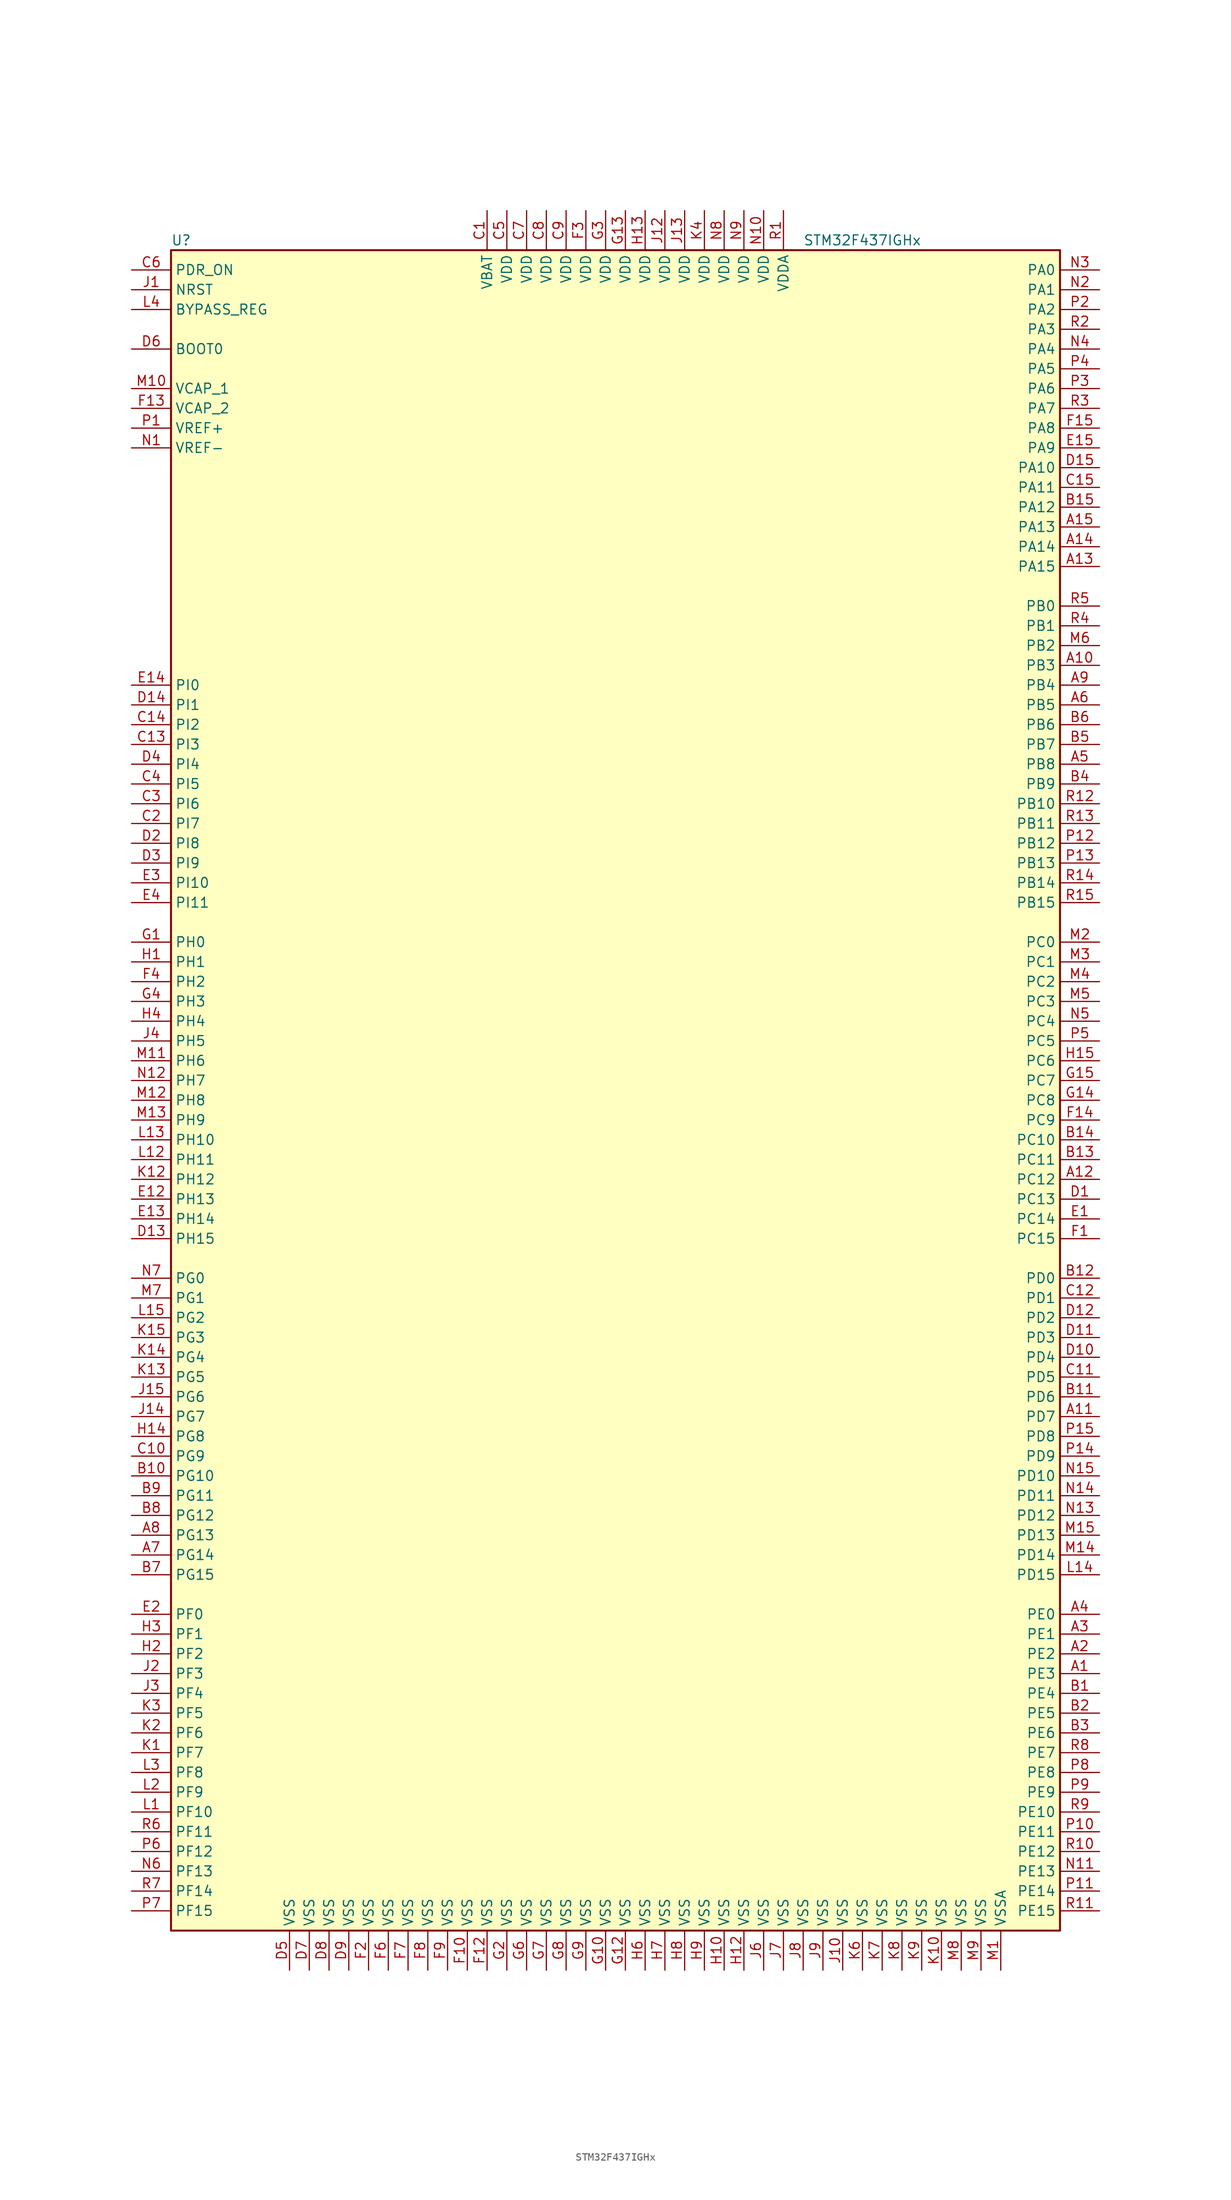
<source format=kicad_sym>
(kicad_symbol_lib
  (version 20220914)
  (generator kicad_symbol_editor)
  (symbol "STM32F437IGHx"
    (property "Reference" "U"
      (at -58.42 107.95 0)
      (effects (font (size 1.27 1.27)) (justify left)))
    (property "Value" "STM32F437IGHx"
      (at 22.86 107.95 0)
      (effects (font (size 1.27 1.27)) (justify left)))
    (symbol "STM32F437IGHx_0_1"
      (rectangle (start -58.42 -109.22) (end 55.88 106.68) (stroke (width 0.254) (type default)) (fill (type background))))
    (symbol "STM32F437IGHx_1_1"
      (pin bidirectional line (at 60.96 -76.2 180) (length 5.08) (name "PE3" (effects (font (size 1.27 1.27)))) (number "A1" (effects (font (size 1.27 1.27)))))
      (pin bidirectional line (at 60.96 53.34 180) (length 5.08) (name "PB3" (effects (font (size 1.27 1.27)))) (number "A10" (effects (font (size 1.27 1.27)))))
      (pin bidirectional line (at 60.96 -43.18 180) (length 5.08) (name "PD7" (effects (font (size 1.27 1.27)))) (number "A11" (effects (font (size 1.27 1.27)))))
      (pin bidirectional line (at 60.96 -12.7 180) (length 5.08) (name "PC12" (effects (font (size 1.27 1.27)))) (number "A12" (effects (font (size 1.27 1.27)))))
      (pin bidirectional line (at 60.96 66.04 180) (length 5.08) (name "PA15" (effects (font (size 1.27 1.27)))) (number "A13" (effects (font (size 1.27 1.27)))))
      (pin bidirectional line (at 60.96 68.58 180) (length 5.08) (name "PA14" (effects (font (size 1.27 1.27)))) (number "A14" (effects (font (size 1.27 1.27)))))
      (pin bidirectional line (at 60.96 71.12 180) (length 5.08) (name "PA13" (effects (font (size 1.27 1.27)))) (number "A15" (effects (font (size 1.27 1.27)))))
      (pin bidirectional line (at 60.96 -73.66 180) (length 5.08) (name "PE2" (effects (font (size 1.27 1.27)))) (number "A2" (effects (font (size 1.27 1.27)))))
      (pin bidirectional line (at 60.96 -71.12 180) (length 5.08) (name "PE1" (effects (font (size 1.27 1.27)))) (number "A3" (effects (font (size 1.27 1.27)))))
      (pin bidirectional line (at 60.96 -68.58 180) (length 5.08) (name "PE0" (effects (font (size 1.27 1.27)))) (number "A4" (effects (font (size 1.27 1.27)))))
      (pin bidirectional line (at 60.96 40.64 180) (length 5.08) (name "PB8" (effects (font (size 1.27 1.27)))) (number "A5" (effects (font (size 1.27 1.27)))))
      (pin bidirectional line (at 60.96 48.26 180) (length 5.08) (name "PB5" (effects (font (size 1.27 1.27)))) (number "A6" (effects (font (size 1.27 1.27)))))
      (pin bidirectional line (at -63.5 -60.96 0) (length 5.08) (name "PG14" (effects (font (size 1.27 1.27)))) (number "A7" (effects (font (size 1.27 1.27)))))
      (pin bidirectional line (at -63.5 -58.42 0) (length 5.08) (name "PG13" (effects (font (size 1.27 1.27)))) (number "A8" (effects (font (size 1.27 1.27)))))
      (pin bidirectional line (at 60.96 50.8 180) (length 5.08) (name "PB4" (effects (font (size 1.27 1.27)))) (number "A9" (effects (font (size 1.27 1.27)))))
      (pin bidirectional line (at 60.96 -78.74 180) (length 5.08) (name "PE4" (effects (font (size 1.27 1.27)))) (number "B1" (effects (font (size 1.27 1.27)))))
      (pin bidirectional line (at -63.5 -50.8 0) (length 5.08) (name "PG10" (effects (font (size 1.27 1.27)))) (number "B10" (effects (font (size 1.27 1.27)))))
      (pin bidirectional line (at 60.96 -40.64 180) (length 5.08) (name "PD6" (effects (font (size 1.27 1.27)))) (number "B11" (effects (font (size 1.27 1.27)))))
      (pin bidirectional line (at 60.96 -25.4 180) (length 5.08) (name "PD0" (effects (font (size 1.27 1.27)))) (number "B12" (effects (font (size 1.27 1.27)))))
      (pin bidirectional line (at 60.96 -10.16 180) (length 5.08) (name "PC11" (effects (font (size 1.27 1.27)))) (number "B13" (effects (font (size 1.27 1.27)))))
      (pin bidirectional line (at 60.96 -7.62 180) (length 5.08) (name "PC10" (effects (font (size 1.27 1.27)))) (number "B14" (effects (font (size 1.27 1.27)))))
      (pin bidirectional line (at 60.96 73.66 180) (length 5.08) (name "PA12" (effects (font (size 1.27 1.27)))) (number "B15" (effects (font (size 1.27 1.27)))))
      (pin bidirectional line (at 60.96 -81.28 180) (length 5.08) (name "PE5" (effects (font (size 1.27 1.27)))) (number "B2" (effects (font (size 1.27 1.27)))))
      (pin bidirectional line (at 60.96 -83.82 180) (length 5.08) (name "PE6" (effects (font (size 1.27 1.27)))) (number "B3" (effects (font (size 1.27 1.27)))))
      (pin bidirectional line (at 60.96 38.1 180) (length 5.08) (name "PB9" (effects (font (size 1.27 1.27)))) (number "B4" (effects (font (size 1.27 1.27)))))
      (pin bidirectional line (at 60.96 43.18 180) (length 5.08) (name "PB7" (effects (font (size 1.27 1.27)))) (number "B5" (effects (font (size 1.27 1.27)))))
      (pin bidirectional line (at 60.96 45.72 180) (length 5.08) (name "PB6" (effects (font (size 1.27 1.27)))) (number "B6" (effects (font (size 1.27 1.27)))))
      (pin bidirectional line (at -63.5 -63.5 0) (length 5.08) (name "PG15" (effects (font (size 1.27 1.27)))) (number "B7" (effects (font (size 1.27 1.27)))))
      (pin bidirectional line (at -63.5 -55.88 0) (length 5.08) (name "PG12" (effects (font (size 1.27 1.27)))) (number "B8" (effects (font (size 1.27 1.27)))))
      (pin bidirectional line (at -63.5 -53.34 0) (length 5.08) (name "PG11" (effects (font (size 1.27 1.27)))) (number "B9" (effects (font (size 1.27 1.27)))))
      (pin power_in line (at -17.78 111.76 270) (length 5.08) (name "VBAT" (effects (font (size 1.27 1.27)))) (number "C1" (effects (font (size 1.27 1.27)))))
      (pin bidirectional line (at -63.5 -48.26 0) (length 5.08) (name "PG9" (effects (font (size 1.27 1.27)))) (number "C10" (effects (font (size 1.27 1.27)))))
      (pin bidirectional line (at 60.96 -38.1 180) (length 5.08) (name "PD5" (effects (font (size 1.27 1.27)))) (number "C11" (effects (font (size 1.27 1.27)))))
      (pin bidirectional line (at 60.96 -27.94 180) (length 5.08) (name "PD1" (effects (font (size 1.27 1.27)))) (number "C12" (effects (font (size 1.27 1.27)))))
      (pin bidirectional line (at -63.5 43.18 0) (length 5.08) (name "PI3" (effects (font (size 1.27 1.27)))) (number "C13" (effects (font (size 1.27 1.27)))))
      (pin bidirectional line (at -63.5 45.72 0) (length 5.08) (name "PI2" (effects (font (size 1.27 1.27)))) (number "C14" (effects (font (size 1.27 1.27)))))
      (pin bidirectional line (at 60.96 76.2 180) (length 5.08) (name "PA11" (effects (font (size 1.27 1.27)))) (number "C15" (effects (font (size 1.27 1.27)))))
      (pin bidirectional line (at -63.5 33.02 0) (length 5.08) (name "PI7" (effects (font (size 1.27 1.27)))) (number "C2" (effects (font (size 1.27 1.27)))))
      (pin bidirectional line (at -63.5 35.56 0) (length 5.08) (name "PI6" (effects (font (size 1.27 1.27)))) (number "C3" (effects (font (size 1.27 1.27)))))
      (pin bidirectional line (at -63.5 38.1 0) (length 5.08) (name "PI5" (effects (font (size 1.27 1.27)))) (number "C4" (effects (font (size 1.27 1.27)))))
      (pin power_in line (at -15.24 111.76 270) (length 5.08) (name "VDD" (effects (font (size 1.27 1.27)))) (number "C5" (effects (font (size 1.27 1.27)))))
      (pin input line (at -63.5 104.14 0) (length 5.08) (name "PDR_ON" (effects (font (size 1.27 1.27)))) (number "C6" (effects (font (size 1.27 1.27)))))
      (pin power_in line (at -12.7 111.76 270) (length 5.08) (name "VDD" (effects (font (size 1.27 1.27)))) (number "C7" (effects (font (size 1.27 1.27)))))
      (pin power_in line (at -10.16 111.76 270) (length 5.08) (name "VDD" (effects (font (size 1.27 1.27)))) (number "C8" (effects (font (size 1.27 1.27)))))
      (pin power_in line (at -7.62 111.76 270) (length 5.08) (name "VDD" (effects (font (size 1.27 1.27)))) (number "C9" (effects (font (size 1.27 1.27)))))
      (pin bidirectional line (at 60.96 -15.24 180) (length 5.08) (name "PC13" (effects (font (size 1.27 1.27)))) (number "D1" (effects (font (size 1.27 1.27)))))
      (pin bidirectional line (at 60.96 -35.56 180) (length 5.08) (name "PD4" (effects (font (size 1.27 1.27)))) (number "D10" (effects (font (size 1.27 1.27)))))
      (pin bidirectional line (at 60.96 -33.02 180) (length 5.08) (name "PD3" (effects (font (size 1.27 1.27)))) (number "D11" (effects (font (size 1.27 1.27)))))
      (pin bidirectional line (at 60.96 -30.48 180) (length 5.08) (name "PD2" (effects (font (size 1.27 1.27)))) (number "D12" (effects (font (size 1.27 1.27)))))
      (pin bidirectional line (at -63.5 -20.32 0) (length 5.08) (name "PH15" (effects (font (size 1.27 1.27)))) (number "D13" (effects (font (size 1.27 1.27)))))
      (pin bidirectional line (at -63.5 48.26 0) (length 5.08) (name "PI1" (effects (font (size 1.27 1.27)))) (number "D14" (effects (font (size 1.27 1.27)))))
      (pin bidirectional line (at 60.96 78.74 180) (length 5.08) (name "PA10" (effects (font (size 1.27 1.27)))) (number "D15" (effects (font (size 1.27 1.27)))))
      (pin bidirectional line (at -63.5 30.48 0) (length 5.08) (name "PI8" (effects (font (size 1.27 1.27)))) (number "D2" (effects (font (size 1.27 1.27)))))
      (pin bidirectional line (at -63.5 27.94 0) (length 5.08) (name "PI9" (effects (font (size 1.27 1.27)))) (number "D3" (effects (font (size 1.27 1.27)))))
      (pin bidirectional line (at -63.5 40.64 0) (length 5.08) (name "PI4" (effects (font (size 1.27 1.27)))) (number "D4" (effects (font (size 1.27 1.27)))))
      (pin power_in line (at -43.18 -114.3 90) (length 5.08) (name "VSS" (effects (font (size 1.27 1.27)))) (number "D5" (effects (font (size 1.27 1.27)))))
      (pin input line (at -63.5 93.98 0) (length 5.08) (name "BOOT0" (effects (font (size 1.27 1.27)))) (number "D6" (effects (font (size 1.27 1.27)))))
      (pin power_in line (at -40.64 -114.3 90) (length 5.08) (name "VSS" (effects (font (size 1.27 1.27)))) (number "D7" (effects (font (size 1.27 1.27)))))
      (pin power_in line (at -38.1 -114.3 90) (length 5.08) (name "VSS" (effects (font (size 1.27 1.27)))) (number "D8" (effects (font (size 1.27 1.27)))))
      (pin power_in line (at -35.56 -114.3 90) (length 5.08) (name "VSS" (effects (font (size 1.27 1.27)))) (number "D9" (effects (font (size 1.27 1.27)))))
      (pin bidirectional line (at 60.96 -17.78 180) (length 5.08) (name "PC14" (effects (font (size 1.27 1.27)))) (number "E1" (effects (font (size 1.27 1.27)))))
      (pin bidirectional line (at -63.5 -15.24 0) (length 5.08) (name "PH13" (effects (font (size 1.27 1.27)))) (number "E12" (effects (font (size 1.27 1.27)))))
      (pin bidirectional line (at -63.5 -17.78 0) (length 5.08) (name "PH14" (effects (font (size 1.27 1.27)))) (number "E13" (effects (font (size 1.27 1.27)))))
      (pin bidirectional line (at -63.5 50.8 0) (length 5.08) (name "PI0" (effects (font (size 1.27 1.27)))) (number "E14" (effects (font (size 1.27 1.27)))))
      (pin bidirectional line (at 60.96 81.28 180) (length 5.08) (name "PA9" (effects (font (size 1.27 1.27)))) (number "E15" (effects (font (size 1.27 1.27)))))
      (pin bidirectional line (at -63.5 -68.58 0) (length 5.08) (name "PF0" (effects (font (size 1.27 1.27)))) (number "E2" (effects (font (size 1.27 1.27)))))
      (pin bidirectional line (at -63.5 25.4 0) (length 5.08) (name "PI10" (effects (font (size 1.27 1.27)))) (number "E3" (effects (font (size 1.27 1.27)))))
      (pin bidirectional line (at -63.5 22.86 0) (length 5.08) (name "PI11" (effects (font (size 1.27 1.27)))) (number "E4" (effects (font (size 1.27 1.27)))))
      (pin bidirectional line (at 60.96 -20.32 180) (length 5.08) (name "PC15" (effects (font (size 1.27 1.27)))) (number "F1" (effects (font (size 1.27 1.27)))))
      (pin power_in line (at -20.32 -114.3 90) (length 5.08) (name "VSS" (effects (font (size 1.27 1.27)))) (number "F10" (effects (font (size 1.27 1.27)))))
      (pin power_in line (at -17.78 -114.3 90) (length 5.08) (name "VSS" (effects (font (size 1.27 1.27)))) (number "F12" (effects (font (size 1.27 1.27)))))
      (pin power_in line (at -63.5 86.36 0) (length 5.08) (name "VCAP_2" (effects (font (size 1.27 1.27)))) (number "F13" (effects (font (size 1.27 1.27)))))
      (pin bidirectional line (at 60.96 -5.08 180) (length 5.08) (name "PC9" (effects (font (size 1.27 1.27)))) (number "F14" (effects (font (size 1.27 1.27)))))
      (pin bidirectional line (at 60.96 83.82 180) (length 5.08) (name "PA8" (effects (font (size 1.27 1.27)))) (number "F15" (effects (font (size 1.27 1.27)))))
      (pin power_in line (at -33.02 -114.3 90) (length 5.08) (name "VSS" (effects (font (size 1.27 1.27)))) (number "F2" (effects (font (size 1.27 1.27)))))
      (pin power_in line (at -5.08 111.76 270) (length 5.08) (name "VDD" (effects (font (size 1.27 1.27)))) (number "F3" (effects (font (size 1.27 1.27)))))
      (pin bidirectional line (at -63.5 12.7 0) (length 5.08) (name "PH2" (effects (font (size 1.27 1.27)))) (number "F4" (effects (font (size 1.27 1.27)))))
      (pin power_in line (at -30.48 -114.3 90) (length 5.08) (name "VSS" (effects (font (size 1.27 1.27)))) (number "F6" (effects (font (size 1.27 1.27)))))
      (pin power_in line (at -27.94 -114.3 90) (length 5.08) (name "VSS" (effects (font (size 1.27 1.27)))) (number "F7" (effects (font (size 1.27 1.27)))))
      (pin power_in line (at -25.4 -114.3 90) (length 5.08) (name "VSS" (effects (font (size 1.27 1.27)))) (number "F8" (effects (font (size 1.27 1.27)))))
      (pin power_in line (at -22.86 -114.3 90) (length 5.08) (name "VSS" (effects (font (size 1.27 1.27)))) (number "F9" (effects (font (size 1.27 1.27)))))
      (pin input line (at -63.5 17.78 0) (length 5.08) (name "PH0" (effects (font (size 1.27 1.27)))) (number "G1" (effects (font (size 1.27 1.27)))))
      (pin power_in line (at -2.54 -114.3 90) (length 5.08) (name "VSS" (effects (font (size 1.27 1.27)))) (number "G10" (effects (font (size 1.27 1.27)))))
      (pin power_in line (at 0 -114.3 90) (length 5.08) (name "VSS" (effects (font (size 1.27 1.27)))) (number "G12" (effects (font (size 1.27 1.27)))))
      (pin power_in line (at 0 111.76 270) (length 5.08) (name "VDD" (effects (font (size 1.27 1.27)))) (number "G13" (effects (font (size 1.27 1.27)))))
      (pin bidirectional line (at 60.96 -2.54 180) (length 5.08) (name "PC8" (effects (font (size 1.27 1.27)))) (number "G14" (effects (font (size 1.27 1.27)))))
      (pin bidirectional line (at 60.96 0 180) (length 5.08) (name "PC7" (effects (font (size 1.27 1.27)))) (number "G15" (effects (font (size 1.27 1.27)))))
      (pin power_in line (at -15.24 -114.3 90) (length 5.08) (name "VSS" (effects (font (size 1.27 1.27)))) (number "G2" (effects (font (size 1.27 1.27)))))
      (pin power_in line (at -2.54 111.76 270) (length 5.08) (name "VDD" (effects (font (size 1.27 1.27)))) (number "G3" (effects (font (size 1.27 1.27)))))
      (pin bidirectional line (at -63.5 10.16 0) (length 5.08) (name "PH3" (effects (font (size 1.27 1.27)))) (number "G4" (effects (font (size 1.27 1.27)))))
      (pin power_in line (at -12.7 -114.3 90) (length 5.08) (name "VSS" (effects (font (size 1.27 1.27)))) (number "G6" (effects (font (size 1.27 1.27)))))
      (pin power_in line (at -10.16 -114.3 90) (length 5.08) (name "VSS" (effects (font (size 1.27 1.27)))) (number "G7" (effects (font (size 1.27 1.27)))))
      (pin power_in line (at -7.62 -114.3 90) (length 5.08) (name "VSS" (effects (font (size 1.27 1.27)))) (number "G8" (effects (font (size 1.27 1.27)))))
      (pin power_in line (at -5.08 -114.3 90) (length 5.08) (name "VSS" (effects (font (size 1.27 1.27)))) (number "G9" (effects (font (size 1.27 1.27)))))
      (pin input line (at -63.5 15.24 0) (length 5.08) (name "PH1" (effects (font (size 1.27 1.27)))) (number "H1" (effects (font (size 1.27 1.27)))))
      (pin power_in line (at 12.7 -114.3 90) (length 5.08) (name "VSS" (effects (font (size 1.27 1.27)))) (number "H10" (effects (font (size 1.27 1.27)))))
      (pin power_in line (at 15.24 -114.3 90) (length 5.08) (name "VSS" (effects (font (size 1.27 1.27)))) (number "H12" (effects (font (size 1.27 1.27)))))
      (pin power_in line (at 2.54 111.76 270) (length 5.08) (name "VDD" (effects (font (size 1.27 1.27)))) (number "H13" (effects (font (size 1.27 1.27)))))
      (pin bidirectional line (at -63.5 -45.72 0) (length 5.08) (name "PG8" (effects (font (size 1.27 1.27)))) (number "H14" (effects (font (size 1.27 1.27)))))
      (pin bidirectional line (at 60.96 2.54 180) (length 5.08) (name "PC6" (effects (font (size 1.27 1.27)))) (number "H15" (effects (font (size 1.27 1.27)))))
      (pin bidirectional line (at -63.5 -73.66 0) (length 5.08) (name "PF2" (effects (font (size 1.27 1.27)))) (number "H2" (effects (font (size 1.27 1.27)))))
      (pin bidirectional line (at -63.5 -71.12 0) (length 5.08) (name "PF1" (effects (font (size 1.27 1.27)))) (number "H3" (effects (font (size 1.27 1.27)))))
      (pin bidirectional line (at -63.5 7.62 0) (length 5.08) (name "PH4" (effects (font (size 1.27 1.27)))) (number "H4" (effects (font (size 1.27 1.27)))))
      (pin power_in line (at 2.54 -114.3 90) (length 5.08) (name "VSS" (effects (font (size 1.27 1.27)))) (number "H6" (effects (font (size 1.27 1.27)))))
      (pin power_in line (at 5.08 -114.3 90) (length 5.08) (name "VSS" (effects (font (size 1.27 1.27)))) (number "H7" (effects (font (size 1.27 1.27)))))
      (pin power_in line (at 7.62 -114.3 90) (length 5.08) (name "VSS" (effects (font (size 1.27 1.27)))) (number "H8" (effects (font (size 1.27 1.27)))))
      (pin power_in line (at 10.16 -114.3 90) (length 5.08) (name "VSS" (effects (font (size 1.27 1.27)))) (number "H9" (effects (font (size 1.27 1.27)))))
      (pin input line (at -63.5 101.6 0) (length 5.08) (name "NRST" (effects (font (size 1.27 1.27)))) (number "J1" (effects (font (size 1.27 1.27)))))
      (pin power_in line (at 27.94 -114.3 90) (length 5.08) (name "VSS" (effects (font (size 1.27 1.27)))) (number "J10" (effects (font (size 1.27 1.27)))))
      (pin power_in line (at 5.08 111.76 270) (length 5.08) (name "VDD" (effects (font (size 1.27 1.27)))) (number "J12" (effects (font (size 1.27 1.27)))))
      (pin power_in line (at 7.62 111.76 270) (length 5.08) (name "VDD" (effects (font (size 1.27 1.27)))) (number "J13" (effects (font (size 1.27 1.27)))))
      (pin bidirectional line (at -63.5 -43.18 0) (length 5.08) (name "PG7" (effects (font (size 1.27 1.27)))) (number "J14" (effects (font (size 1.27 1.27)))))
      (pin bidirectional line (at -63.5 -40.64 0) (length 5.08) (name "PG6" (effects (font (size 1.27 1.27)))) (number "J15" (effects (font (size 1.27 1.27)))))
      (pin bidirectional line (at -63.5 -76.2 0) (length 5.08) (name "PF3" (effects (font (size 1.27 1.27)))) (number "J2" (effects (font (size 1.27 1.27)))))
      (pin bidirectional line (at -63.5 -78.74 0) (length 5.08) (name "PF4" (effects (font (size 1.27 1.27)))) (number "J3" (effects (font (size 1.27 1.27)))))
      (pin bidirectional line (at -63.5 5.08 0) (length 5.08) (name "PH5" (effects (font (size 1.27 1.27)))) (number "J4" (effects (font (size 1.27 1.27)))))
      (pin power_in line (at 17.78 -114.3 90) (length 5.08) (name "VSS" (effects (font (size 1.27 1.27)))) (number "J6" (effects (font (size 1.27 1.27)))))
      (pin power_in line (at 20.32 -114.3 90) (length 5.08) (name "VSS" (effects (font (size 1.27 1.27)))) (number "J7" (effects (font (size 1.27 1.27)))))
      (pin power_in line (at 22.86 -114.3 90) (length 5.08) (name "VSS" (effects (font (size 1.27 1.27)))) (number "J8" (effects (font (size 1.27 1.27)))))
      (pin power_in line (at 25.4 -114.3 90) (length 5.08) (name "VSS" (effects (font (size 1.27 1.27)))) (number "J9" (effects (font (size 1.27 1.27)))))
      (pin bidirectional line (at -63.5 -86.36 0) (length 5.08) (name "PF7" (effects (font (size 1.27 1.27)))) (number "K1" (effects (font (size 1.27 1.27)))))
      (pin power_in line (at 40.64 -114.3 90) (length 5.08) (name "VSS" (effects (font (size 1.27 1.27)))) (number "K10" (effects (font (size 1.27 1.27)))))
      (pin bidirectional line (at -63.5 -12.7 0) (length 5.08) (name "PH12" (effects (font (size 1.27 1.27)))) (number "K12" (effects (font (size 1.27 1.27)))))
      (pin bidirectional line (at -63.5 -38.1 0) (length 5.08) (name "PG5" (effects (font (size 1.27 1.27)))) (number "K13" (effects (font (size 1.27 1.27)))))
      (pin bidirectional line (at -63.5 -35.56 0) (length 5.08) (name "PG4" (effects (font (size 1.27 1.27)))) (number "K14" (effects (font (size 1.27 1.27)))))
      (pin bidirectional line (at -63.5 -33.02 0) (length 5.08) (name "PG3" (effects (font (size 1.27 1.27)))) (number "K15" (effects (font (size 1.27 1.27)))))
      (pin bidirectional line (at -63.5 -83.82 0) (length 5.08) (name "PF6" (effects (font (size 1.27 1.27)))) (number "K2" (effects (font (size 1.27 1.27)))))
      (pin bidirectional line (at -63.5 -81.28 0) (length 5.08) (name "PF5" (effects (font (size 1.27 1.27)))) (number "K3" (effects (font (size 1.27 1.27)))))
      (pin power_in line (at 10.16 111.76 270) (length 5.08) (name "VDD" (effects (font (size 1.27 1.27)))) (number "K4" (effects (font (size 1.27 1.27)))))
      (pin power_in line (at 30.48 -114.3 90) (length 5.08) (name "VSS" (effects (font (size 1.27 1.27)))) (number "K6" (effects (font (size 1.27 1.27)))))
      (pin power_in line (at 33.02 -114.3 90) (length 5.08) (name "VSS" (effects (font (size 1.27 1.27)))) (number "K7" (effects (font (size 1.27 1.27)))))
      (pin power_in line (at 35.56 -114.3 90) (length 5.08) (name "VSS" (effects (font (size 1.27 1.27)))) (number "K8" (effects (font (size 1.27 1.27)))))
      (pin power_in line (at 38.1 -114.3 90) (length 5.08) (name "VSS" (effects (font (size 1.27 1.27)))) (number "K9" (effects (font (size 1.27 1.27)))))
      (pin bidirectional line (at -63.5 -93.98 0) (length 5.08) (name "PF10" (effects (font (size 1.27 1.27)))) (number "L1" (effects (font (size 1.27 1.27)))))
      (pin bidirectional line (at -63.5 -10.16 0) (length 5.08) (name "PH11" (effects (font (size 1.27 1.27)))) (number "L12" (effects (font (size 1.27 1.27)))))
      (pin bidirectional line (at -63.5 -7.62 0) (length 5.08) (name "PH10" (effects (font (size 1.27 1.27)))) (number "L13" (effects (font (size 1.27 1.27)))))
      (pin bidirectional line (at 60.96 -63.5 180) (length 5.08) (name "PD15" (effects (font (size 1.27 1.27)))) (number "L14" (effects (font (size 1.27 1.27)))))
      (pin bidirectional line (at -63.5 -30.48 0) (length 5.08) (name "PG2" (effects (font (size 1.27 1.27)))) (number "L15" (effects (font (size 1.27 1.27)))))
      (pin bidirectional line (at -63.5 -91.44 0) (length 5.08) (name "PF9" (effects (font (size 1.27 1.27)))) (number "L2" (effects (font (size 1.27 1.27)))))
      (pin bidirectional line (at -63.5 -88.9 0) (length 5.08) (name "PF8" (effects (font (size 1.27 1.27)))) (number "L3" (effects (font (size 1.27 1.27)))))
      (pin input line (at -63.5 99.06 0) (length 5.08) (name "BYPASS_REG" (effects (font (size 1.27 1.27)))) (number "L4" (effects (font (size 1.27 1.27)))))
      (pin power_in line (at 48.26 -114.3 90) (length 5.08) (name "VSSA" (effects (font (size 1.27 1.27)))) (number "M1" (effects (font (size 1.27 1.27)))))
      (pin power_in line (at -63.5 88.9 0) (length 5.08) (name "VCAP_1" (effects (font (size 1.27 1.27)))) (number "M10" (effects (font (size 1.27 1.27)))))
      (pin bidirectional line (at -63.5 2.54 0) (length 5.08) (name "PH6" (effects (font (size 1.27 1.27)))) (number "M11" (effects (font (size 1.27 1.27)))))
      (pin bidirectional line (at -63.5 -2.54 0) (length 5.08) (name "PH8" (effects (font (size 1.27 1.27)))) (number "M12" (effects (font (size 1.27 1.27)))))
      (pin bidirectional line (at -63.5 -5.08 0) (length 5.08) (name "PH9" (effects (font (size 1.27 1.27)))) (number "M13" (effects (font (size 1.27 1.27)))))
      (pin bidirectional line (at 60.96 -60.96 180) (length 5.08) (name "PD14" (effects (font (size 1.27 1.27)))) (number "M14" (effects (font (size 1.27 1.27)))))
      (pin bidirectional line (at 60.96 -58.42 180) (length 5.08) (name "PD13" (effects (font (size 1.27 1.27)))) (number "M15" (effects (font (size 1.27 1.27)))))
      (pin bidirectional line (at 60.96 17.78 180) (length 5.08) (name "PC0" (effects (font (size 1.27 1.27)))) (number "M2" (effects (font (size 1.27 1.27)))))
      (pin bidirectional line (at 60.96 15.24 180) (length 5.08) (name "PC1" (effects (font (size 1.27 1.27)))) (number "M3" (effects (font (size 1.27 1.27)))))
      (pin bidirectional line (at 60.96 12.7 180) (length 5.08) (name "PC2" (effects (font (size 1.27 1.27)))) (number "M4" (effects (font (size 1.27 1.27)))))
      (pin bidirectional line (at 60.96 10.16 180) (length 5.08) (name "PC3" (effects (font (size 1.27 1.27)))) (number "M5" (effects (font (size 1.27 1.27)))))
      (pin bidirectional line (at 60.96 55.88 180) (length 5.08) (name "PB2" (effects (font (size 1.27 1.27)))) (number "M6" (effects (font (size 1.27 1.27)))))
      (pin bidirectional line (at -63.5 -27.94 0) (length 5.08) (name "PG1" (effects (font (size 1.27 1.27)))) (number "M7" (effects (font (size 1.27 1.27)))))
      (pin power_in line (at 43.18 -114.3 90) (length 5.08) (name "VSS" (effects (font (size 1.27 1.27)))) (number "M8" (effects (font (size 1.27 1.27)))))
      (pin power_in line (at 45.72 -114.3 90) (length 5.08) (name "VSS" (effects (font (size 1.27 1.27)))) (number "M9" (effects (font (size 1.27 1.27)))))
      (pin power_in line (at -63.5 81.28 0) (length 5.08) (name "VREF-" (effects (font (size 1.27 1.27)))) (number "N1" (effects (font (size 1.27 1.27)))))
      (pin power_in line (at 17.78 111.76 270) (length 5.08) (name "VDD" (effects (font (size 1.27 1.27)))) (number "N10" (effects (font (size 1.27 1.27)))))
      (pin bidirectional line (at 60.96 -101.6 180) (length 5.08) (name "PE13" (effects (font (size 1.27 1.27)))) (number "N11" (effects (font (size 1.27 1.27)))))
      (pin bidirectional line (at -63.5 0 0) (length 5.08) (name "PH7" (effects (font (size 1.27 1.27)))) (number "N12" (effects (font (size 1.27 1.27)))))
      (pin bidirectional line (at 60.96 -55.88 180) (length 5.08) (name "PD12" (effects (font (size 1.27 1.27)))) (number "N13" (effects (font (size 1.27 1.27)))))
      (pin bidirectional line (at 60.96 -53.34 180) (length 5.08) (name "PD11" (effects (font (size 1.27 1.27)))) (number "N14" (effects (font (size 1.27 1.27)))))
      (pin bidirectional line (at 60.96 -50.8 180) (length 5.08) (name "PD10" (effects (font (size 1.27 1.27)))) (number "N15" (effects (font (size 1.27 1.27)))))
      (pin bidirectional line (at 60.96 101.6 180) (length 5.08) (name "PA1" (effects (font (size 1.27 1.27)))) (number "N2" (effects (font (size 1.27 1.27)))))
      (pin bidirectional line (at 60.96 104.14 180) (length 5.08) (name "PA0" (effects (font (size 1.27 1.27)))) (number "N3" (effects (font (size 1.27 1.27)))))
      (pin bidirectional line (at 60.96 93.98 180) (length 5.08) (name "PA4" (effects (font (size 1.27 1.27)))) (number "N4" (effects (font (size 1.27 1.27)))))
      (pin bidirectional line (at 60.96 7.62 180) (length 5.08) (name "PC4" (effects (font (size 1.27 1.27)))) (number "N5" (effects (font (size 1.27 1.27)))))
      (pin bidirectional line (at -63.5 -101.6 0) (length 5.08) (name "PF13" (effects (font (size 1.27 1.27)))) (number "N6" (effects (font (size 1.27 1.27)))))
      (pin bidirectional line (at -63.5 -25.4 0) (length 5.08) (name "PG0" (effects (font (size 1.27 1.27)))) (number "N7" (effects (font (size 1.27 1.27)))))
      (pin power_in line (at 12.7 111.76 270) (length 5.08) (name "VDD" (effects (font (size 1.27 1.27)))) (number "N8" (effects (font (size 1.27 1.27)))))
      (pin power_in line (at 15.24 111.76 270) (length 5.08) (name "VDD" (effects (font (size 1.27 1.27)))) (number "N9" (effects (font (size 1.27 1.27)))))
      (pin power_in line (at -63.5 83.82 0) (length 5.08) (name "VREF+" (effects (font (size 1.27 1.27)))) (number "P1" (effects (font (size 1.27 1.27)))))
      (pin bidirectional line (at 60.96 -96.52 180) (length 5.08) (name "PE11" (effects (font (size 1.27 1.27)))) (number "P10" (effects (font (size 1.27 1.27)))))
      (pin bidirectional line (at 60.96 -104.14 180) (length 5.08) (name "PE14" (effects (font (size 1.27 1.27)))) (number "P11" (effects (font (size 1.27 1.27)))))
      (pin bidirectional line (at 60.96 30.48 180) (length 5.08) (name "PB12" (effects (font (size 1.27 1.27)))) (number "P12" (effects (font (size 1.27 1.27)))))
      (pin bidirectional line (at 60.96 27.94 180) (length 5.08) (name "PB13" (effects (font (size 1.27 1.27)))) (number "P13" (effects (font (size 1.27 1.27)))))
      (pin bidirectional line (at 60.96 -48.26 180) (length 5.08) (name "PD9" (effects (font (size 1.27 1.27)))) (number "P14" (effects (font (size 1.27 1.27)))))
      (pin bidirectional line (at 60.96 -45.72 180) (length 5.08) (name "PD8" (effects (font (size 1.27 1.27)))) (number "P15" (effects (font (size 1.27 1.27)))))
      (pin bidirectional line (at 60.96 99.06 180) (length 5.08) (name "PA2" (effects (font (size 1.27 1.27)))) (number "P2" (effects (font (size 1.27 1.27)))))
      (pin bidirectional line (at 60.96 88.9 180) (length 5.08) (name "PA6" (effects (font (size 1.27 1.27)))) (number "P3" (effects (font (size 1.27 1.27)))))
      (pin bidirectional line (at 60.96 91.44 180) (length 5.08) (name "PA5" (effects (font (size 1.27 1.27)))) (number "P4" (effects (font (size 1.27 1.27)))))
      (pin bidirectional line (at 60.96 5.08 180) (length 5.08) (name "PC5" (effects (font (size 1.27 1.27)))) (number "P5" (effects (font (size 1.27 1.27)))))
      (pin bidirectional line (at -63.5 -99.06 0) (length 5.08) (name "PF12" (effects (font (size 1.27 1.27)))) (number "P6" (effects (font (size 1.27 1.27)))))
      (pin bidirectional line (at -63.5 -106.68 0) (length 5.08) (name "PF15" (effects (font (size 1.27 1.27)))) (number "P7" (effects (font (size 1.27 1.27)))))
      (pin bidirectional line (at 60.96 -88.9 180) (length 5.08) (name "PE8" (effects (font (size 1.27 1.27)))) (number "P8" (effects (font (size 1.27 1.27)))))
      (pin bidirectional line (at 60.96 -91.44 180) (length 5.08) (name "PE9" (effects (font (size 1.27 1.27)))) (number "P9" (effects (font (size 1.27 1.27)))))
      (pin power_in line (at 20.32 111.76 270) (length 5.08) (name "VDDA" (effects (font (size 1.27 1.27)))) (number "R1" (effects (font (size 1.27 1.27)))))
      (pin bidirectional line (at 60.96 -99.06 180) (length 5.08) (name "PE12" (effects (font (size 1.27 1.27)))) (number "R10" (effects (font (size 1.27 1.27)))))
      (pin bidirectional line (at 60.96 -106.68 180) (length 5.08) (name "PE15" (effects (font (size 1.27 1.27)))) (number "R11" (effects (font (size 1.27 1.27)))))
      (pin bidirectional line (at 60.96 35.56 180) (length 5.08) (name "PB10" (effects (font (size 1.27 1.27)))) (number "R12" (effects (font (size 1.27 1.27)))))
      (pin bidirectional line (at 60.96 33.02 180) (length 5.08) (name "PB11" (effects (font (size 1.27 1.27)))) (number "R13" (effects (font (size 1.27 1.27)))))
      (pin bidirectional line (at 60.96 25.4 180) (length 5.08) (name "PB14" (effects (font (size 1.27 1.27)))) (number "R14" (effects (font (size 1.27 1.27)))))
      (pin bidirectional line (at 60.96 22.86 180) (length 5.08) (name "PB15" (effects (font (size 1.27 1.27)))) (number "R15" (effects (font (size 1.27 1.27)))))
      (pin bidirectional line (at 60.96 96.52 180) (length 5.08) (name "PA3" (effects (font (size 1.27 1.27)))) (number "R2" (effects (font (size 1.27 1.27)))))
      (pin bidirectional line (at 60.96 86.36 180) (length 5.08) (name "PA7" (effects (font (size 1.27 1.27)))) (number "R3" (effects (font (size 1.27 1.27)))))
      (pin bidirectional line (at 60.96 58.42 180) (length 5.08) (name "PB1" (effects (font (size 1.27 1.27)))) (number "R4" (effects (font (size 1.27 1.27)))))
      (pin bidirectional line (at 60.96 60.96 180) (length 5.08) (name "PB0" (effects (font (size 1.27 1.27)))) (number "R5" (effects (font (size 1.27 1.27)))))
      (pin bidirectional line (at -63.5 -96.52 0) (length 5.08) (name "PF11" (effects (font (size 1.27 1.27)))) (number "R6" (effects (font (size 1.27 1.27)))))
      (pin bidirectional line (at -63.5 -104.14 0) (length 5.08) (name "PF14" (effects (font (size 1.27 1.27)))) (number "R7" (effects (font (size 1.27 1.27)))))
      (pin bidirectional line (at 60.96 -86.36 180) (length 5.08) (name "PE7" (effects (font (size 1.27 1.27)))) (number "R8" (effects (font (size 1.27 1.27)))))
      (pin bidirectional line (at 60.96 -93.98 180) (length 5.08) (name "PE10" (effects (font (size 1.27 1.27)))) (number "R9" (effects (font (size 1.27 1.27))))))))
</source>
